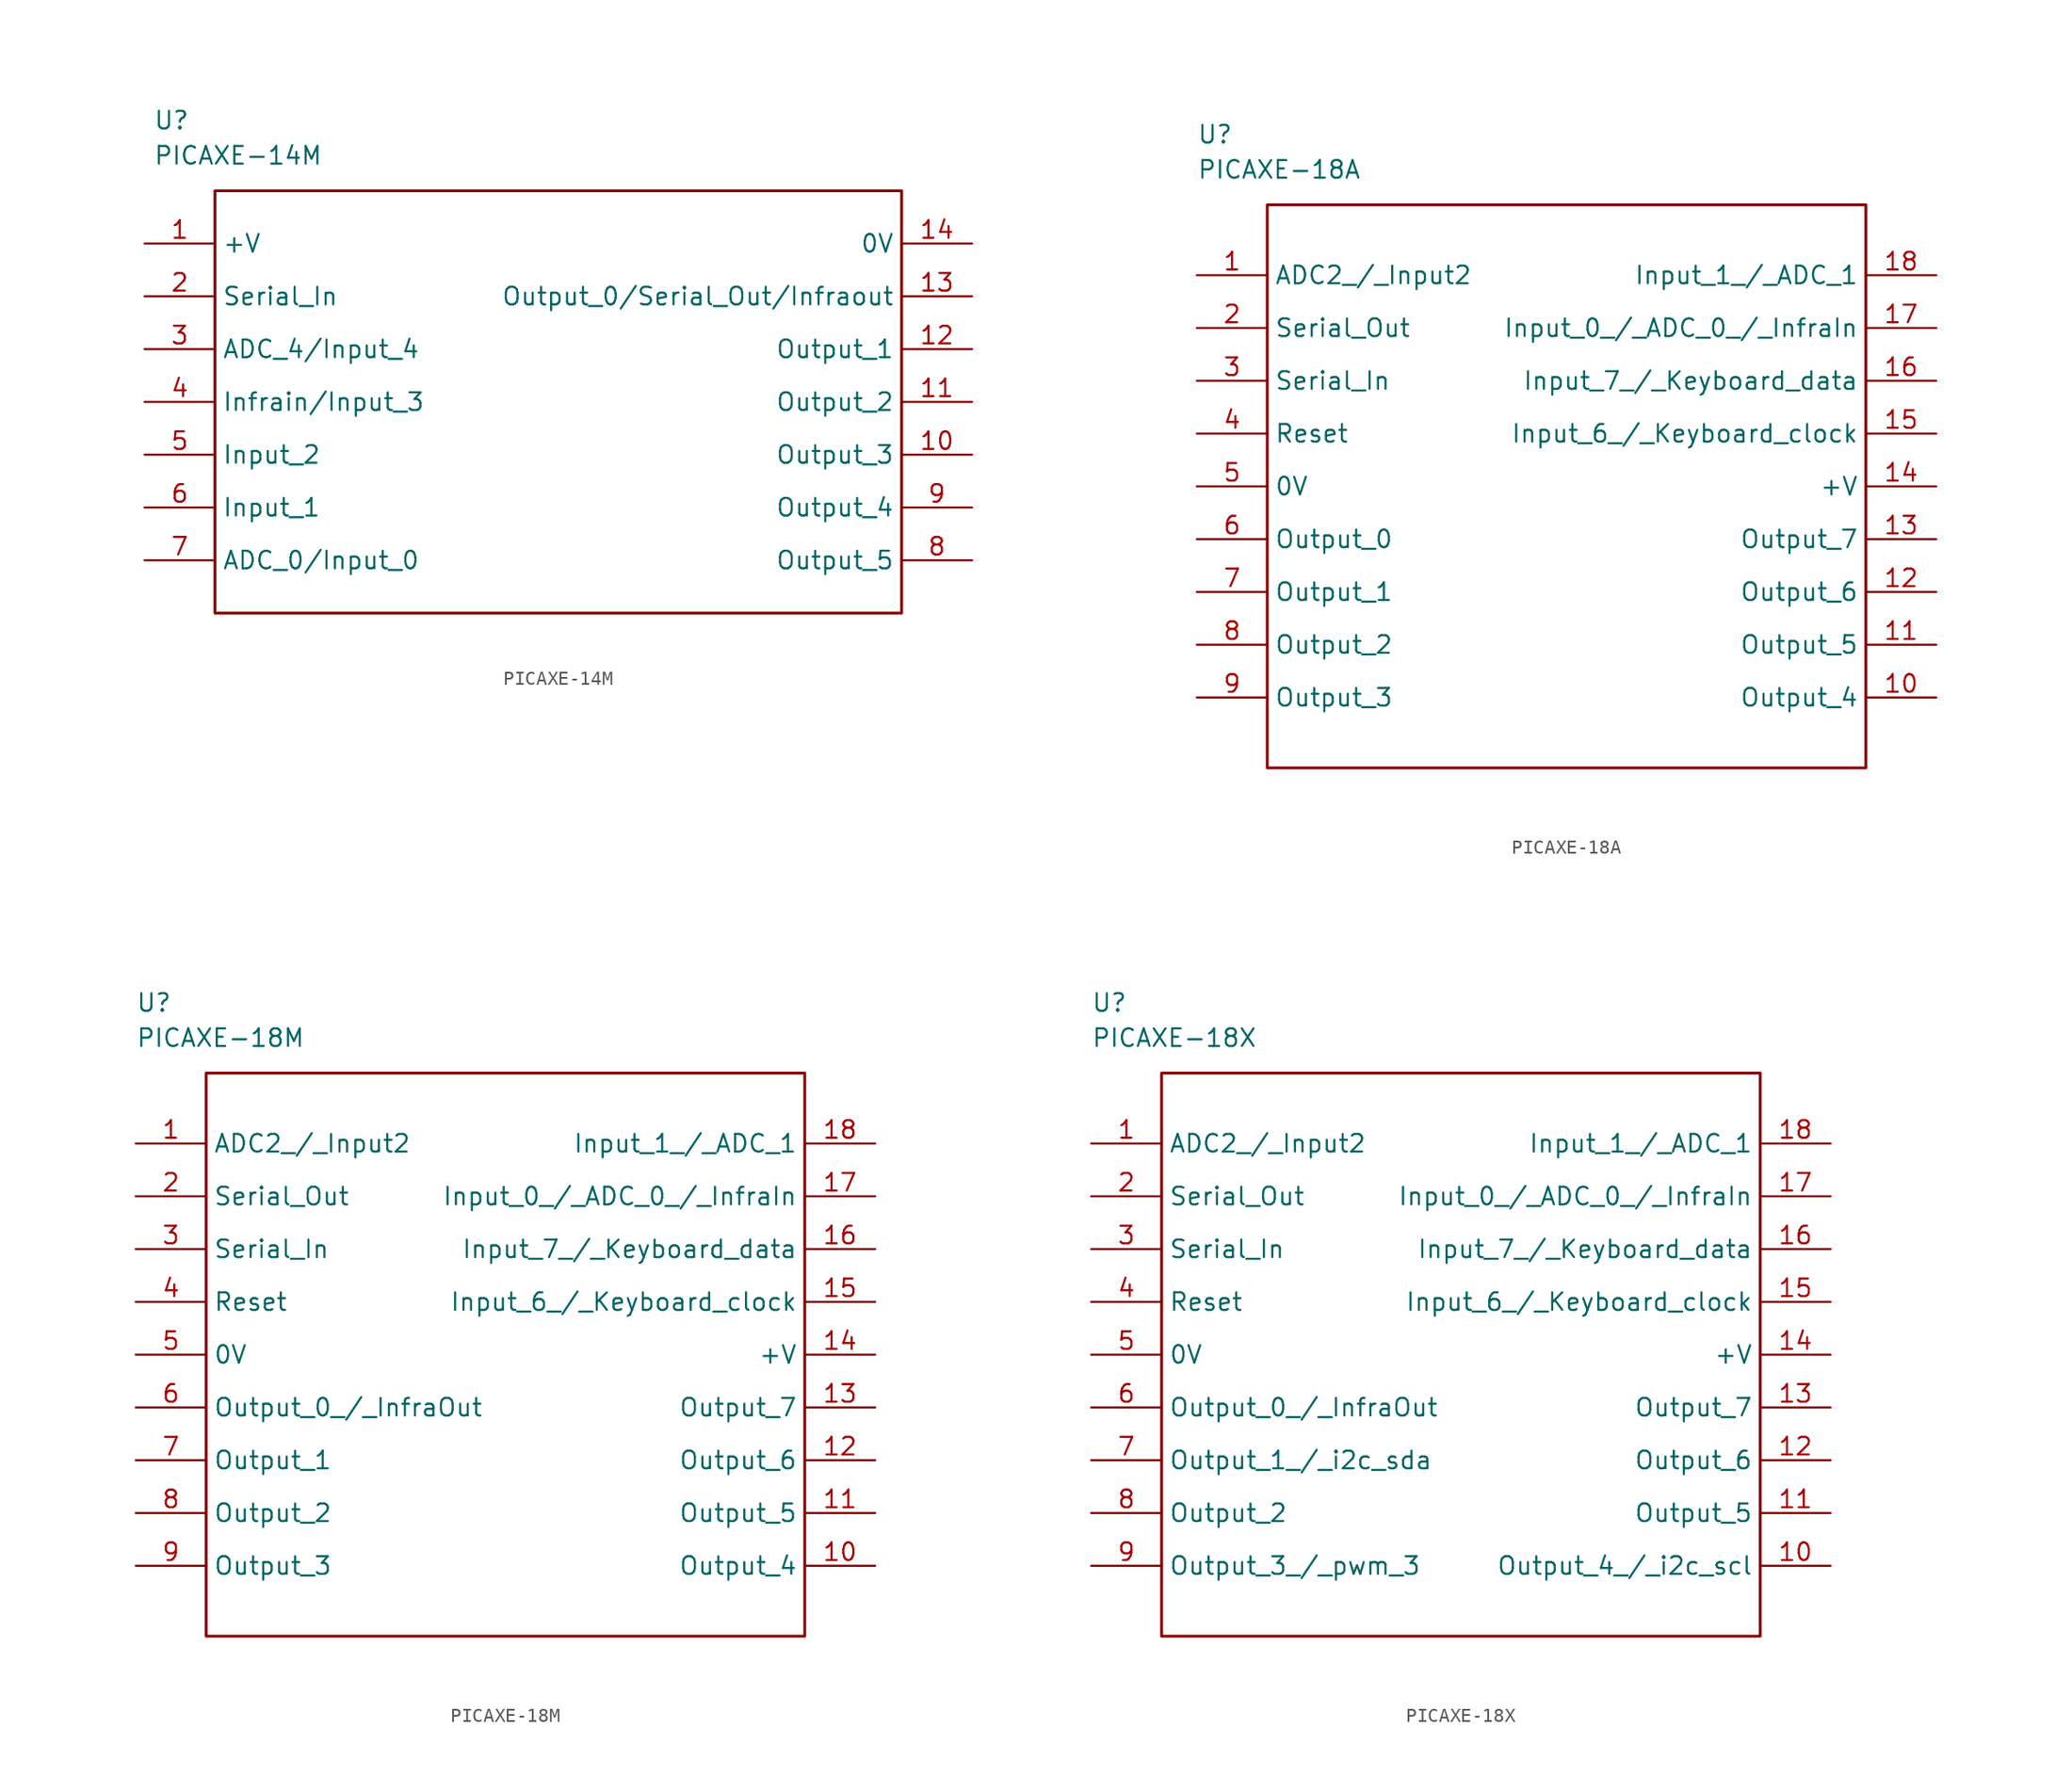
<source format=kicad_sym>
(kicad_symbol_lib
  (version 20211014)
  (generator kicad_symbol_editor)
  (symbol "PICAXE-14M"
    (property "Reference" "U"
      (at -29.845 20.32 0)
      (effects (font (size 1.27 1.27)) (justify left)))
    (property "Value" "PICAXE-14M"
      (at -29.845 17.78 0)
      (effects (font (size 1.27 1.27)) (justify left)))
    (property "ki_locked" ""
      (at 0 0 0)
      (effects (font (size 1.27 1.27))))
    (symbol "PICAXE-14M_0_0"
      (rectangle (start -25.4 15.24) (end 24.13 -15.24) (stroke (width 0.203) (type default) (color 0 0 0 0)) (fill (type none))))
    (symbol "PICAXE-14M_1_0"
      (pin unspecified line (at -30.48 11.43 0) (length 5.08) (name "+V" (effects (font (size 1.27 1.27)))) (number "1" (effects (font (size 1.27 1.27)))))
      (pin unspecified line (at 29.21 -3.81 180) (length 5.08) (name "Output_3" (effects (font (size 1.27 1.27)))) (number "10" (effects (font (size 1.27 1.27)))))
      (pin unspecified line (at 29.21 0 180) (length 5.08) (name "Output_2" (effects (font (size 1.27 1.27)))) (number "11" (effects (font (size 1.27 1.27)))))
      (pin unspecified line (at 29.21 3.81 180) (length 5.08) (name "Output_1" (effects (font (size 1.27 1.27)))) (number "12" (effects (font (size 1.27 1.27)))))
      (pin unspecified line (at 29.21 7.62 180) (length 5.08) (name "Output_0/Serial_Out/Infraout" (effects (font (size 1.27 1.27)))) (number "13" (effects (font (size 1.27 1.27)))))
      (pin unspecified line (at 29.21 11.43 180) (length 5.08) (name "0V" (effects (font (size 1.27 1.27)))) (number "14" (effects (font (size 1.27 1.27)))))
      (pin unspecified line (at -30.48 7.62 0) (length 5.08) (name "Serial_In" (effects (font (size 1.27 1.27)))) (number "2" (effects (font (size 1.27 1.27)))))
      (pin unspecified line (at -30.48 3.81 0) (length 5.08) (name "ADC_4/Input_4" (effects (font (size 1.27 1.27)))) (number "3" (effects (font (size 1.27 1.27)))))
      (pin unspecified line (at -30.48 0 0) (length 5.08) (name "Infrain/Input_3" (effects (font (size 1.27 1.27)))) (number "4" (effects (font (size 1.27 1.27)))))
      (pin unspecified line (at -30.48 -3.81 0) (length 5.08) (name "Input_2" (effects (font (size 1.27 1.27)))) (number "5" (effects (font (size 1.27 1.27)))))
      (pin unspecified line (at -30.48 -7.62 0) (length 5.08) (name "Input_1" (effects (font (size 1.27 1.27)))) (number "6" (effects (font (size 1.27 1.27)))))
      (pin unspecified line (at -30.48 -11.43 0) (length 5.08) (name "ADC_0/Input_0" (effects (font (size 1.27 1.27)))) (number "7" (effects (font (size 1.27 1.27)))))
      (pin unspecified line (at 29.21 -11.43 180) (length 5.08) (name "Output_5" (effects (font (size 1.27 1.27)))) (number "8" (effects (font (size 1.27 1.27)))))
      (pin unspecified line (at 29.21 -7.62 180) (length 5.08) (name "Output_4" (effects (font (size 1.27 1.27)))) (number "9" (effects (font (size 1.27 1.27)))))))
  (symbol "PICAXE-18A"
    (property "Reference" "U"
      (at -26.67 25.4 0)
      (effects (font (size 1.27 1.27)) (justify left)))
    (property "Value" "PICAXE-18A"
      (at -26.67 22.86 0)
      (effects (font (size 1.27 1.27)) (justify left)))
    (property "ki_locked" ""
      (at 0 0 0)
      (effects (font (size 1.27 1.27))))
    (symbol "PICAXE-18A_0_0"
      (rectangle (start -21.59 20.32) (end 21.59 -20.32) (stroke (width 0.203) (type default) (color 0 0 0 0)) (fill (type none))))
    (symbol "PICAXE-18A_1_0"
      (pin unspecified line (at -26.67 15.24 0) (length 5.08) (name "ADC2_/_Input2" (effects (font (size 1.27 1.27)))) (number "1" (effects (font (size 1.27 1.27)))))
      (pin unspecified line (at 26.67 -15.24 180) (length 5.08) (name "Output_4" (effects (font (size 1.27 1.27)))) (number "10" (effects (font (size 1.27 1.27)))))
      (pin unspecified line (at 26.67 -11.43 180) (length 5.08) (name "Output_5" (effects (font (size 1.27 1.27)))) (number "11" (effects (font (size 1.27 1.27)))))
      (pin unspecified line (at 26.67 -7.62 180) (length 5.08) (name "Output_6" (effects (font (size 1.27 1.27)))) (number "12" (effects (font (size 1.27 1.27)))))
      (pin unspecified line (at 26.67 -3.81 180) (length 5.08) (name "Output_7" (effects (font (size 1.27 1.27)))) (number "13" (effects (font (size 1.27 1.27)))))
      (pin unspecified line (at 26.67 0 180) (length 5.08) (name "+V" (effects (font (size 1.27 1.27)))) (number "14" (effects (font (size 1.27 1.27)))))
      (pin unspecified line (at 26.67 3.81 180) (length 5.08) (name "Input_6_/_Keyboard_clock" (effects (font (size 1.27 1.27)))) (number "15" (effects (font (size 1.27 1.27)))))
      (pin unspecified line (at 26.67 7.62 180) (length 5.08) (name "Input_7_/_Keyboard_data" (effects (font (size 1.27 1.27)))) (number "16" (effects (font (size 1.27 1.27)))))
      (pin unspecified line (at 26.67 11.43 180) (length 5.08) (name "Input_0_/_ADC_0_/_InfraIn" (effects (font (size 1.27 1.27)))) (number "17" (effects (font (size 1.27 1.27)))))
      (pin unspecified line (at 26.67 15.24 180) (length 5.08) (name "Input_1_/_ADC_1" (effects (font (size 1.27 1.27)))) (number "18" (effects (font (size 1.27 1.27)))))
      (pin unspecified line (at -26.67 11.43 0) (length 5.08) (name "Serial_Out" (effects (font (size 1.27 1.27)))) (number "2" (effects (font (size 1.27 1.27)))))
      (pin unspecified line (at -26.67 7.62 0) (length 5.08) (name "Serial_In" (effects (font (size 1.27 1.27)))) (number "3" (effects (font (size 1.27 1.27)))))
      (pin unspecified line (at -26.67 3.81 0) (length 5.08) (name "Reset" (effects (font (size 1.27 1.27)))) (number "4" (effects (font (size 1.27 1.27)))))
      (pin unspecified line (at -26.67 0 0) (length 5.08) (name "0V" (effects (font (size 1.27 1.27)))) (number "5" (effects (font (size 1.27 1.27)))))
      (pin unspecified line (at -26.67 -3.81 0) (length 5.08) (name "Output_0" (effects (font (size 1.27 1.27)))) (number "6" (effects (font (size 1.27 1.27)))))
      (pin unspecified line (at -26.67 -7.62 0) (length 5.08) (name "Output_1" (effects (font (size 1.27 1.27)))) (number "7" (effects (font (size 1.27 1.27)))))
      (pin unspecified line (at -26.67 -11.43 0) (length 5.08) (name "Output_2" (effects (font (size 1.27 1.27)))) (number "8" (effects (font (size 1.27 1.27)))))
      (pin unspecified line (at -26.67 -15.24 0) (length 5.08) (name "Output_3" (effects (font (size 1.27 1.27)))) (number "9" (effects (font (size 1.27 1.27)))))))
  (symbol "PICAXE-18M"
    (property "Reference" "U"
      (at -26.67 25.4 0)
      (effects (font (size 1.27 1.27)) (justify left)))
    (property "Value" "PICAXE-18M"
      (at -26.67 22.86 0)
      (effects (font (size 1.27 1.27)) (justify left)))
    (property "ki_locked" ""
      (at 0 0 0)
      (effects (font (size 1.27 1.27))))
    (symbol "PICAXE-18M_0_0"
      (rectangle (start -21.59 20.32) (end 21.59 -20.32) (stroke (width 0.203) (type default) (color 0 0 0 0)) (fill (type none))))
    (symbol "PICAXE-18M_1_0"
      (pin unspecified line (at -26.67 15.24 0) (length 5.08) (name "ADC2_/_Input2" (effects (font (size 1.27 1.27)))) (number "1" (effects (font (size 1.27 1.27)))))
      (pin unspecified line (at 26.67 -15.24 180) (length 5.08) (name "Output_4" (effects (font (size 1.27 1.27)))) (number "10" (effects (font (size 1.27 1.27)))))
      (pin unspecified line (at 26.67 -11.43 180) (length 5.08) (name "Output_5" (effects (font (size 1.27 1.27)))) (number "11" (effects (font (size 1.27 1.27)))))
      (pin unspecified line (at 26.67 -7.62 180) (length 5.08) (name "Output_6" (effects (font (size 1.27 1.27)))) (number "12" (effects (font (size 1.27 1.27)))))
      (pin unspecified line (at 26.67 -3.81 180) (length 5.08) (name "Output_7" (effects (font (size 1.27 1.27)))) (number "13" (effects (font (size 1.27 1.27)))))
      (pin unspecified line (at 26.67 0 180) (length 5.08) (name "+V" (effects (font (size 1.27 1.27)))) (number "14" (effects (font (size 1.27 1.27)))))
      (pin unspecified line (at 26.67 3.81 180) (length 5.08) (name "Input_6_/_Keyboard_clock" (effects (font (size 1.27 1.27)))) (number "15" (effects (font (size 1.27 1.27)))))
      (pin unspecified line (at 26.67 7.62 180) (length 5.08) (name "Input_7_/_Keyboard_data" (effects (font (size 1.27 1.27)))) (number "16" (effects (font (size 1.27 1.27)))))
      (pin unspecified line (at 26.67 11.43 180) (length 5.08) (name "Input_0_/_ADC_0_/_InfraIn" (effects (font (size 1.27 1.27)))) (number "17" (effects (font (size 1.27 1.27)))))
      (pin unspecified line (at 26.67 15.24 180) (length 5.08) (name "Input_1_/_ADC_1" (effects (font (size 1.27 1.27)))) (number "18" (effects (font (size 1.27 1.27)))))
      (pin unspecified line (at -26.67 11.43 0) (length 5.08) (name "Serial_Out" (effects (font (size 1.27 1.27)))) (number "2" (effects (font (size 1.27 1.27)))))
      (pin unspecified line (at -26.67 7.62 0) (length 5.08) (name "Serial_In" (effects (font (size 1.27 1.27)))) (number "3" (effects (font (size 1.27 1.27)))))
      (pin unspecified line (at -26.67 3.81 0) (length 5.08) (name "Reset" (effects (font (size 1.27 1.27)))) (number "4" (effects (font (size 1.27 1.27)))))
      (pin unspecified line (at -26.67 0 0) (length 5.08) (name "0V" (effects (font (size 1.27 1.27)))) (number "5" (effects (font (size 1.27 1.27)))))
      (pin unspecified line (at -26.67 -3.81 0) (length 5.08) (name "Output_0_/_InfraOut" (effects (font (size 1.27 1.27)))) (number "6" (effects (font (size 1.27 1.27)))))
      (pin unspecified line (at -26.67 -7.62 0) (length 5.08) (name "Output_1" (effects (font (size 1.27 1.27)))) (number "7" (effects (font (size 1.27 1.27)))))
      (pin unspecified line (at -26.67 -11.43 0) (length 5.08) (name "Output_2" (effects (font (size 1.27 1.27)))) (number "8" (effects (font (size 1.27 1.27)))))
      (pin unspecified line (at -26.67 -15.24 0) (length 5.08) (name "Output_3" (effects (font (size 1.27 1.27)))) (number "9" (effects (font (size 1.27 1.27)))))))
  (symbol "PICAXE-18X"
    (property "Reference" "U"
      (at -26.67 25.4 0)
      (effects (font (size 1.27 1.27)) (justify left)))
    (property "Value" "PICAXE-18X"
      (at -26.67 22.86 0)
      (effects (font (size 1.27 1.27)) (justify left)))
    (property "ki_locked" ""
      (at 0 0 0)
      (effects (font (size 1.27 1.27))))
    (symbol "PICAXE-18X_0_0"
      (rectangle (start -21.59 20.32) (end 21.59 -20.32) (stroke (width 0.203) (type default) (color 0 0 0 0)) (fill (type none))))
    (symbol "PICAXE-18X_1_0"
      (pin unspecified line (at -26.67 15.24 0) (length 5.08) (name "ADC2_/_Input2" (effects (font (size 1.27 1.27)))) (number "1" (effects (font (size 1.27 1.27)))))
      (pin unspecified line (at 26.67 -15.24 180) (length 5.08) (name "Output_4_/_i2c_scl" (effects (font (size 1.27 1.27)))) (number "10" (effects (font (size 1.27 1.27)))))
      (pin unspecified line (at 26.67 -11.43 180) (length 5.08) (name "Output_5" (effects (font (size 1.27 1.27)))) (number "11" (effects (font (size 1.27 1.27)))))
      (pin unspecified line (at 26.67 -7.62 180) (length 5.08) (name "Output_6" (effects (font (size 1.27 1.27)))) (number "12" (effects (font (size 1.27 1.27)))))
      (pin unspecified line (at 26.67 -3.81 180) (length 5.08) (name "Output_7" (effects (font (size 1.27 1.27)))) (number "13" (effects (font (size 1.27 1.27)))))
      (pin unspecified line (at 26.67 0 180) (length 5.08) (name "+V" (effects (font (size 1.27 1.27)))) (number "14" (effects (font (size 1.27 1.27)))))
      (pin unspecified line (at 26.67 3.81 180) (length 5.08) (name "Input_6_/_Keyboard_clock" (effects (font (size 1.27 1.27)))) (number "15" (effects (font (size 1.27 1.27)))))
      (pin unspecified line (at 26.67 7.62 180) (length 5.08) (name "Input_7_/_Keyboard_data" (effects (font (size 1.27 1.27)))) (number "16" (effects (font (size 1.27 1.27)))))
      (pin unspecified line (at 26.67 11.43 180) (length 5.08) (name "Input_0_/_ADC_0_/_InfraIn" (effects (font (size 1.27 1.27)))) (number "17" (effects (font (size 1.27 1.27)))))
      (pin unspecified line (at 26.67 15.24 180) (length 5.08) (name "Input_1_/_ADC_1" (effects (font (size 1.27 1.27)))) (number "18" (effects (font (size 1.27 1.27)))))
      (pin unspecified line (at -26.67 11.43 0) (length 5.08) (name "Serial_Out" (effects (font (size 1.27 1.27)))) (number "2" (effects (font (size 1.27 1.27)))))
      (pin unspecified line (at -26.67 7.62 0) (length 5.08) (name "Serial_In" (effects (font (size 1.27 1.27)))) (number "3" (effects (font (size 1.27 1.27)))))
      (pin unspecified line (at -26.67 3.81 0) (length 5.08) (name "Reset" (effects (font (size 1.27 1.27)))) (number "4" (effects (font (size 1.27 1.27)))))
      (pin unspecified line (at -26.67 0 0) (length 5.08) (name "0V" (effects (font (size 1.27 1.27)))) (number "5" (effects (font (size 1.27 1.27)))))
      (pin unspecified line (at -26.67 -3.81 0) (length 5.08) (name "Output_0_/_InfraOut" (effects (font (size 1.27 1.27)))) (number "6" (effects (font (size 1.27 1.27)))))
      (pin unspecified line (at -26.67 -7.62 0) (length 5.08) (name "Output_1_/_i2c_sda" (effects (font (size 1.27 1.27)))) (number "7" (effects (font (size 1.27 1.27)))))
      (pin unspecified line (at -26.67 -11.43 0) (length 5.08) (name "Output_2" (effects (font (size 1.27 1.27)))) (number "8" (effects (font (size 1.27 1.27)))))
      (pin unspecified line (at -26.67 -15.24 0) (length 5.08) (name "Output_3_/_pwm_3" (effects (font (size 1.27 1.27)))) (number "9" (effects (font (size 1.27 1.27))))))))
</source>
